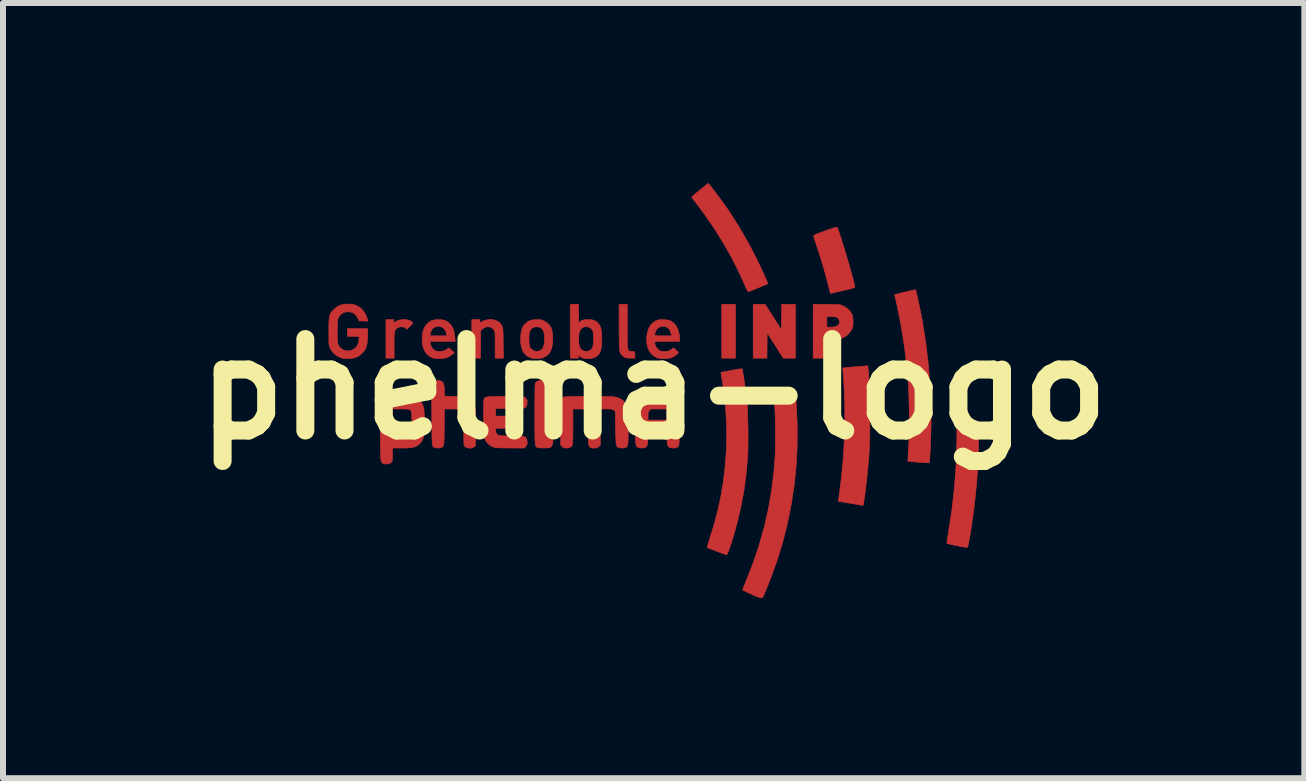
<source format=kicad_pcb>
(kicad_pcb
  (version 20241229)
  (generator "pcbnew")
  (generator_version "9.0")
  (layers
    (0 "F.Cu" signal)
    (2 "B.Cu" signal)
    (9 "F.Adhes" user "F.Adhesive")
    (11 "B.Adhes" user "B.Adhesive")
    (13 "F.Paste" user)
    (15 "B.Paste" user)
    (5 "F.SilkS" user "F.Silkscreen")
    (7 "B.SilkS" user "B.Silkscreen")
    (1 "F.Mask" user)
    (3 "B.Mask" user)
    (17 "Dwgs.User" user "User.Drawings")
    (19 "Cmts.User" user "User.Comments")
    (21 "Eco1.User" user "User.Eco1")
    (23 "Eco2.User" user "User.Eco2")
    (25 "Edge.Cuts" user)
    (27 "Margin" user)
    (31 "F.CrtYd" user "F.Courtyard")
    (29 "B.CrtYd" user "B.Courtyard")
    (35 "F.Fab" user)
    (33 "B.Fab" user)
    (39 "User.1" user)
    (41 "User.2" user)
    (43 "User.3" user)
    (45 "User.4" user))
  (footprint "phelma-logo"
    (layer "F.Cu")
    (at 7.845 3.436)
    (property "Reference" "phelma-logo" (at 0 0 0) (layer "F.SilkS") (effects (font (size 1.524 1.524) (thickness 0.3))))
    (attr through_hole)
    (fp_poly (pts (xy 1.363 -0.516) (xy 1.135 -0.516) (xy 1.135 -1.414) (xy 1.363 -1.414) (xy 1.363 -0.516)) (stroke (width 0.01) (type solid)) (fill yes) (layer "F.Cu"))
    (fp_poly (pts (xy 2.129 -0.989) (xy 2.134 -1.414) (xy 2.362 -1.414) (xy 2.362 -0.516) (xy 2.161 -0.516) (xy 2.027 -0.728) (xy 1.892 -0.94) (xy 1.89 -0.728) (xy 1.888 -0.516) (xy 1.659 -0.516) (xy 1.659 -1.414) (xy 1.858 -1.414) (xy 2.129 -0.989)) (stroke (width 0.01) (type solid)) (fill yes) (layer "F.Cu"))
    (fp_poly (pts (xy -4.335 -1.129) (xy -4.334 -1.109) (xy -4.331 -1.104) (xy -4.322 -1.11) (xy -4.32 -1.112) (xy -4.285 -1.135) (xy -4.24 -1.15) (xy -4.191 -1.159) (xy -4.141 -1.159) (xy -4.093 -1.152) (xy -4.053 -1.138) (xy -4.023 -1.116) (xy -4.022 -1.114) (xy -4.018 -1.106) (xy -4.019 -1.097) (xy -4.028 -1.083) (xy -4.047 -1.063) (xy -4.061 -1.049) (xy -4.112 -0.998) (xy -4.135 -1.017) (xy -4.17 -1.035) (xy -4.209 -1.04) (xy -4.247 -1.033) (xy -4.266 -1.023) (xy -4.284 -1.01) (xy -4.297 -0.998) (xy -4.308 -0.982) (xy -4.315 -0.963) (xy -4.32 -0.937) (xy -4.324 -0.902) (xy -4.326 -0.857) (xy -4.326 -0.798) (xy -4.326 -0.73) (xy -4.326 -0.516) (xy -4.462 -0.516) (xy -4.462 -1.16) (xy -4.335 -1.16) (xy -4.335 -1.129)) (stroke (width 0.01) (type solid)) (fill yes) (layer "F.Cu"))
    (fp_poly (pts (xy -0.44 -1.054) (xy -0.44 -0.96) (xy -0.44 -0.881) (xy -0.439 -0.817) (xy -0.438 -0.765) (xy -0.436 -0.724) (xy -0.433 -0.693) (xy -0.429 -0.67) (xy -0.424 -0.655) (xy -0.417 -0.644) (xy -0.409 -0.638) (xy -0.399 -0.634) (xy -0.389 -0.632) (xy -0.361 -0.628) (xy -0.338 -0.627) (xy -0.325 -0.626) (xy -0.317 -0.621) (xy -0.314 -0.609) (xy -0.313 -0.585) (xy -0.313 -0.571) (xy -0.313 -0.516) (xy -0.383 -0.517) (xy -0.419 -0.518) (xy -0.45 -0.521) (xy -0.471 -0.525) (xy -0.474 -0.526) (xy -0.494 -0.537) (xy -0.516 -0.555) (xy -0.523 -0.561) (xy -0.535 -0.573) (xy -0.545 -0.586) (xy -0.553 -0.6) (xy -0.56 -0.617) (xy -0.565 -0.64) (xy -0.569 -0.669) (xy -0.572 -0.706) (xy -0.574 -0.752) (xy -0.575 -0.81) (xy -0.575 -0.88) (xy -0.576 -0.964) (xy -0.576 -1.043) (xy -0.576 -1.414) (xy -0.44 -1.414) (xy -0.44 -1.054)) (stroke (width 0.01) (type solid)) (fill yes) (layer "F.Cu"))
    (fp_poly (pts (xy -2.896 -1.129) (xy -2.895 -1.109) (xy -2.891 -1.104) (xy -2.883 -1.11) (xy -2.881 -1.112) (xy -2.843 -1.136) (xy -2.796 -1.152) (xy -2.742 -1.16) (xy -2.689 -1.159) (xy -2.639 -1.148) (xy -2.625 -1.142) (xy -2.581 -1.118) (xy -2.55 -1.087) (xy -2.529 -1.054) (xy -2.523 -1.044) (xy -2.519 -1.032) (xy -2.516 -1.018) (xy -2.514 -1) (xy -2.512 -0.974) (xy -2.51 -0.939) (xy -2.509 -0.894) (xy -2.509 -0.835) (xy -2.508 -0.768) (xy -2.505 -0.516) (xy -2.642 -0.516) (xy -2.642 -0.733) (xy -2.642 -0.8) (xy -2.642 -0.852) (xy -2.643 -0.891) (xy -2.644 -0.92) (xy -2.646 -0.941) (xy -2.649 -0.957) (xy -2.653 -0.969) (xy -2.658 -0.979) (xy -2.66 -0.983) (xy -2.687 -1.015) (xy -2.721 -1.034) (xy -2.761 -1.041) (xy -2.802 -1.034) (xy -2.84 -1.014) (xy -2.862 -0.995) (xy -2.883 -0.972) (xy -2.885 -0.744) (xy -2.888 -0.516) (xy -3.031 -0.516) (xy -3.031 -1.16) (xy -2.896 -1.16) (xy -2.896 -1.129)) (stroke (width 0.01) (type solid)) (fill yes) (layer "F.Cu"))
    (fp_poly (pts (xy 5.414 0.635) (xy 5.416 0.689) (xy 5.417 0.757) (xy 5.416 0.837) (xy 5.415 0.926) (xy 5.412 1.023) (xy 5.408 1.125) (xy 5.403 1.23) (xy 5.398 1.334) (xy 5.392 1.437) (xy 5.385 1.535) (xy 5.38 1.592) (xy 5.363 1.769) (xy 5.342 1.955) (xy 5.317 2.144) (xy 5.29 2.33) (xy 5.264 2.485) (xy 5.254 2.539) (xy 5.246 2.579) (xy 5.24 2.607) (xy 5.234 2.624) (xy 5.229 2.634) (xy 5.223 2.638) (xy 5.22 2.639) (xy 5.206 2.637) (xy 5.179 2.633) (xy 5.142 2.626) (xy 5.096 2.618) (xy 5.048 2.608) (xy 4.999 2.598) (xy 4.956 2.588) (xy 4.921 2.58) (xy 4.898 2.574) (xy 4.888 2.571) (xy 4.888 2.561) (xy 4.89 2.538) (xy 4.895 2.503) (xy 4.902 2.46) (xy 4.909 2.415) (xy 4.969 2.03) (xy 5.013 1.64) (xy 5.042 1.249) (xy 5.054 0.859) (xy 5.054 0.765) (xy 5.055 0.544) (xy 5.15 0.539) (xy 5.2 0.537) (xy 5.254 0.535) (xy 5.305 0.534) (xy 5.327 0.533) (xy 5.408 0.533) (xy 5.414 0.635)) (stroke (width 0.01) (type solid)) (fill yes) (layer "F.Cu"))
    (fp_poly (pts (xy 2.885 -1.412) (xy 2.953 -1.412) (xy 3.006 -1.411) (xy 3.047 -1.41) (xy 3.078 -1.408) (xy 3.101 -1.406) (xy 3.118 -1.403) (xy 3.133 -1.399) (xy 3.146 -1.393) (xy 3.159 -1.387) (xy 3.22 -1.35) (xy 3.269 -1.303) (xy 3.3 -1.254) (xy 3.311 -1.23) (xy 3.318 -1.208) (xy 3.321 -1.183) (xy 3.323 -1.15) (xy 3.323 -1.122) (xy 3.323 -1.082) (xy 3.321 -1.054) (xy 3.317 -1.033) (xy 3.309 -1.012) (xy 3.296 -0.987) (xy 3.293 -0.982) (xy 3.254 -0.927) (xy 3.204 -0.883) (xy 3.146 -0.852) (xy 3.141 -0.85) (xy 3.112 -0.843) (xy 3.069 -0.837) (xy 3.015 -0.833) (xy 2.995 -0.832) (xy 2.887 -0.827) (xy 2.887 -0.516) (xy 2.659 -0.516) (xy 2.659 -1.033) (xy 2.887 -1.033) (xy 2.944 -1.033) (xy 2.979 -1.034) (xy 3.013 -1.038) (xy 3.033 -1.042) (xy 3.067 -1.059) (xy 3.089 -1.084) (xy 3.098 -1.116) (xy 3.093 -1.149) (xy 3.074 -1.179) (xy 3.062 -1.192) (xy 3.05 -1.2) (xy 3.035 -1.205) (xy 3.013 -1.207) (xy 2.978 -1.209) (xy 2.968 -1.209) (xy 2.887 -1.212) (xy 2.887 -1.033) (xy 2.659 -1.033) (xy 2.659 -1.415) (xy 2.885 -1.412)) (stroke (width 0.01) (type solid)) (fill yes) (layer "F.Cu"))
    (fp_poly (pts (xy 3.058 -2.697) (xy 3.058 -2.697) (xy 3.067 -2.678) (xy 3.08 -2.644) (xy 3.096 -2.598) (xy 3.115 -2.541) (xy 3.136 -2.476) (xy 3.158 -2.404) (xy 3.182 -2.327) (xy 3.206 -2.247) (xy 3.229 -2.167) (xy 3.253 -2.086) (xy 3.275 -2.009) (xy 3.295 -1.936) (xy 3.314 -1.87) (xy 3.329 -1.811) (xy 3.341 -1.763) (xy 3.349 -1.727) (xy 3.353 -1.705) (xy 3.353 -1.702) (xy 3.348 -1.695) (xy 3.332 -1.688) (xy 3.304 -1.679) (xy 3.262 -1.668) (xy 3.232 -1.661) (xy 3.18 -1.649) (xy 3.125 -1.636) (xy 3.074 -1.624) (xy 3.032 -1.614) (xy 3.029 -1.613) (xy 2.947 -1.594) (xy 2.939 -1.624) (xy 2.934 -1.645) (xy 2.925 -1.677) (xy 2.915 -1.716) (xy 2.905 -1.76) (xy 2.904 -1.761) (xy 2.867 -1.902) (xy 2.823 -2.054) (xy 2.776 -2.21) (xy 2.729 -2.354) (xy 2.711 -2.408) (xy 2.695 -2.457) (xy 2.681 -2.499) (xy 2.671 -2.531) (xy 2.665 -2.551) (xy 2.664 -2.556) (xy 2.671 -2.562) (xy 2.692 -2.573) (xy 2.723 -2.587) (xy 2.763 -2.603) (xy 2.808 -2.62) (xy 2.856 -2.638) (xy 2.905 -2.655) (xy 2.951 -2.67) (xy 2.992 -2.683) (xy 3.025 -2.693) (xy 3.048 -2.698) (xy 3.058 -2.697)) (stroke (width 0.01) (type solid)) (fill yes) (layer "F.Cu"))
    (fp_poly (pts (xy 4.37 -1.647) (xy 4.376 -1.623) (xy 4.384 -1.587) (xy 4.395 -1.541) (xy 4.406 -1.488) (xy 4.419 -1.43) (xy 4.431 -1.37) (xy 4.444 -1.309) (xy 4.456 -1.25) (xy 4.466 -1.195) (xy 4.475 -1.153) (xy 4.53 -0.808) (xy 4.573 -0.458) (xy 4.603 -0.105) (xy 4.62 0.249) (xy 4.624 0.601) (xy 4.614 0.947) (xy 4.601 1.154) (xy 4.595 1.228) (xy 4.543 1.227) (xy 4.516 1.225) (xy 4.476 1.223) (xy 4.429 1.22) (xy 4.379 1.216) (xy 4.366 1.214) (xy 4.322 1.21) (xy 4.284 1.207) (xy 4.256 1.204) (xy 4.24 1.201) (xy 4.237 1.201) (xy 4.237 1.192) (xy 4.238 1.169) (xy 4.24 1.137) (xy 4.242 1.103) (xy 4.249 0.995) (xy 4.255 0.874) (xy 4.259 0.743) (xy 4.261 0.605) (xy 4.261 0.463) (xy 4.26 0.321) (xy 4.256 0.183) (xy 4.252 0.05) (xy 4.245 -0.073) (xy 4.242 -0.119) (xy 4.219 -0.376) (xy 4.189 -0.637) (xy 4.151 -0.897) (xy 4.107 -1.151) (xy 4.057 -1.396) (xy 4.036 -1.488) (xy 4.015 -1.575) (xy 4.046 -1.583) (xy 4.082 -1.592) (xy 4.124 -1.603) (xy 4.171 -1.614) (xy 4.218 -1.625) (xy 4.263 -1.635) (xy 4.304 -1.644) (xy 4.336 -1.651) (xy 4.358 -1.655) (xy 4.366 -1.656) (xy 4.37 -1.647)) (stroke (width 0.01) (type solid)) (fill yes) (layer "F.Cu"))
    (fp_poly (pts (xy 0.934 -3.402) (xy 0.954 -3.378) (xy 0.982 -3.342) (xy 1.016 -3.297) (xy 1.054 -3.246) (xy 1.094 -3.192) (xy 1.134 -3.138) (xy 1.173 -3.085) (xy 1.208 -3.036) (xy 1.237 -2.995) (xy 1.247 -2.98) (xy 1.416 -2.717) (xy 1.575 -2.442) (xy 1.705 -2.193) (xy 1.732 -2.139) (xy 1.759 -2.082) (xy 1.786 -2.024) (xy 1.813 -1.967) (xy 1.838 -1.912) (xy 1.86 -1.863) (xy 1.878 -1.821) (xy 1.892 -1.787) (xy 1.901 -1.765) (xy 1.903 -1.756) (xy 1.903 -1.756) (xy 1.895 -1.753) (xy 1.874 -1.744) (xy 1.843 -1.731) (xy 1.806 -1.715) (xy 1.764 -1.698) (xy 1.72 -1.68) (xy 1.679 -1.663) (xy 1.641 -1.647) (xy 1.611 -1.635) (xy 1.591 -1.627) (xy 1.587 -1.626) (xy 1.58 -1.624) (xy 1.573 -1.628) (xy 1.565 -1.638) (xy 1.554 -1.658) (xy 1.54 -1.688) (xy 1.521 -1.733) (xy 1.52 -1.734) (xy 1.413 -1.968) (xy 1.293 -2.204) (xy 1.16 -2.438) (xy 1.017 -2.668) (xy 0.866 -2.889) (xy 0.71 -3.099) (xy 0.701 -3.111) (xy 0.676 -3.143) (xy 0.655 -3.171) (xy 0.641 -3.191) (xy 0.635 -3.201) (xy 0.635 -3.201) (xy 0.641 -3.209) (xy 0.659 -3.225) (xy 0.686 -3.248) (xy 0.72 -3.277) (xy 0.76 -3.31) (xy 0.772 -3.32) (xy 0.91 -3.431) (xy 0.934 -3.402)) (stroke (width 0.01) (type solid)) (fill yes) (layer "F.Cu"))
    (fp_poly (pts (xy 3.568 -0.388) (xy 3.57 -0.378) (xy 3.573 -0.354) (xy 3.577 -0.316) (xy 3.581 -0.269) (xy 3.585 -0.213) (xy 3.589 -0.152) (xy 3.593 -0.086) (xy 3.597 -0.02) (xy 3.599 0.021) (xy 3.602 0.089) (xy 3.604 0.17) (xy 3.605 0.262) (xy 3.605 0.362) (xy 3.605 0.467) (xy 3.604 0.576) (xy 3.603 0.684) (xy 3.601 0.789) (xy 3.598 0.889) (xy 3.595 0.981) (xy 3.591 1.062) (xy 3.587 1.129) (xy 3.586 1.139) (xy 3.58 1.209) (xy 3.573 1.284) (xy 3.566 1.363) (xy 3.557 1.443) (xy 3.548 1.523) (xy 3.54 1.6) (xy 3.531 1.674) (xy 3.522 1.742) (xy 3.514 1.803) (xy 3.506 1.854) (xy 3.5 1.895) (xy 3.494 1.923) (xy 3.49 1.937) (xy 3.489 1.938) (xy 3.48 1.936) (xy 3.456 1.932) (xy 3.42 1.926) (xy 3.375 1.919) (xy 3.322 1.91) (xy 3.28 1.903) (xy 3.077 1.869) (xy 3.092 1.766) (xy 3.13 1.472) (xy 3.158 1.173) (xy 3.177 0.871) (xy 3.186 0.57) (xy 3.186 0.274) (xy 3.175 -0.014) (xy 3.163 -0.203) (xy 3.159 -0.251) (xy 3.156 -0.293) (xy 3.153 -0.325) (xy 3.152 -0.346) (xy 3.152 -0.352) (xy 3.161 -0.354) (xy 3.184 -0.356) (xy 3.218 -0.36) (xy 3.261 -0.364) (xy 3.309 -0.368) (xy 3.36 -0.372) (xy 3.411 -0.377) (xy 3.459 -0.381) (xy 3.502 -0.384) (xy 3.536 -0.387) (xy 3.559 -0.388) (xy 3.568 -0.388) (xy 3.568 -0.388)) (stroke (width 0.01) (type solid)) (fill yes) (layer "F.Cu"))
    (fp_poly (pts (xy -1.859 -0.142) (xy -1.826 -0.132) (xy -1.799 -0.114) (xy -1.788 -0.098) (xy -1.786 -0.087) (xy -1.784 -0.066) (xy -1.782 -0.035) (xy -1.78 0.009) (xy -1.779 0.065) (xy -1.779 0.135) (xy -1.778 0.22) (xy -1.778 0.321) (xy -1.778 0.352) (xy -1.778 0.448) (xy -1.778 0.528) (xy -1.778 0.594) (xy -1.777 0.648) (xy -1.777 0.69) (xy -1.776 0.722) (xy -1.775 0.745) (xy -1.773 0.761) (xy -1.771 0.771) (xy -1.769 0.776) (xy -1.765 0.778) (xy -1.762 0.779) (xy -1.761 0.779) (xy -1.741 0.783) (xy -1.719 0.792) (xy -1.696 0.812) (xy -1.682 0.843) (xy -1.678 0.879) (xy -1.684 0.915) (xy -1.701 0.948) (xy -1.706 0.955) (xy -1.715 0.965) (xy -1.725 0.971) (xy -1.739 0.976) (xy -1.761 0.978) (xy -1.794 0.98) (xy -1.822 0.98) (xy -1.874 0.981) (xy -1.911 0.978) (xy -1.934 0.974) (xy -1.939 0.972) (xy -1.947 0.967) (xy -1.955 0.962) (xy -1.961 0.955) (xy -1.966 0.945) (xy -1.97 0.931) (xy -1.973 0.911) (xy -1.976 0.884) (xy -1.978 0.849) (xy -1.979 0.804) (xy -1.98 0.749) (xy -1.981 0.682) (xy -1.981 0.601) (xy -1.981 0.505) (xy -1.981 0.422) (xy -1.981 0.319) (xy -1.981 0.225) (xy -1.98 0.141) (xy -1.979 0.068) (xy -1.978 0.007) (xy -1.977 -0.042) (xy -1.975 -0.075) (xy -1.974 -0.094) (xy -1.973 -0.096) (xy -1.956 -0.12) (xy -1.928 -0.136) (xy -1.894 -0.143) (xy -1.859 -0.142)) (stroke (width 0.01) (type solid)) (fill yes) (layer "F.Cu"))
    (fp_poly (pts (xy -3.534 -1.157) (xy -3.49 -1.148) (xy -3.452 -1.132) (xy -3.424 -1.113) (xy -3.384 -1.076) (xy -3.354 -1.032) (xy -3.332 -0.977) (xy -3.319 -0.911) (xy -3.314 -0.868) (xy -3.308 -0.796) (xy -3.725 -0.796) (xy -3.725 -0.773) (xy -3.717 -0.733) (xy -3.697 -0.693) (xy -3.668 -0.659) (xy -3.633 -0.637) (xy -3.63 -0.636) (xy -3.592 -0.628) (xy -3.549 -0.628) (xy -3.506 -0.636) (xy -3.468 -0.65) (xy -3.441 -0.669) (xy -3.439 -0.672) (xy -3.428 -0.682) (xy -3.416 -0.684) (xy -3.4 -0.676) (xy -3.377 -0.657) (xy -3.366 -0.646) (xy -3.323 -0.608) (xy -3.353 -0.583) (xy -3.394 -0.552) (xy -3.433 -0.531) (xy -3.476 -0.518) (xy -3.528 -0.512) (xy -3.556 -0.511) (xy -3.606 -0.51) (xy -3.645 -0.513) (xy -3.675 -0.519) (xy -3.685 -0.522) (xy -3.741 -0.55) (xy -3.786 -0.59) (xy -3.821 -0.643) (xy -3.845 -0.708) (xy -3.858 -0.783) (xy -3.859 -0.866) (xy -3.856 -0.889) (xy -3.725 -0.889) (xy -3.446 -0.889) (xy -3.451 -0.912) (xy -3.462 -0.953) (xy -3.474 -0.982) (xy -3.49 -1.005) (xy -3.501 -1.015) (xy -3.541 -1.039) (xy -3.585 -1.048) (xy -3.629 -1.042) (xy -3.669 -1.022) (xy -3.692 -0.999) (xy -3.711 -0.965) (xy -3.723 -0.93) (xy -3.725 -0.912) (xy -3.725 -0.889) (xy -3.856 -0.889) (xy -3.849 -0.942) (xy -3.83 -1.005) (xy -3.801 -1.059) (xy -3.781 -1.082) (xy -3.74 -1.119) (xy -3.696 -1.144) (xy -3.644 -1.156) (xy -3.59 -1.159) (xy -3.534 -1.157)) (stroke (width 0.01) (type solid)) (fill yes) (layer "F.Cu"))
    (fp_poly (pts (xy -1.251 -1.261) (xy -1.249 -1.109) (xy -1.216 -1.132) (xy -1.197 -1.144) (xy -1.178 -1.152) (xy -1.153 -1.156) (xy -1.117 -1.158) (xy -1.111 -1.159) (xy -1.055 -1.159) (xy -1.011 -1.152) (xy -0.976 -1.139) (xy -0.945 -1.117) (xy -0.943 -1.116) (xy -0.915 -1.087) (xy -0.894 -1.052) (xy -0.879 -1.011) (xy -0.87 -0.96) (xy -0.865 -0.898) (xy -0.865 -0.821) (xy -0.865 -0.808) (xy -0.869 -0.734) (xy -0.877 -0.675) (xy -0.889 -0.628) (xy -0.908 -0.591) (xy -0.932 -0.562) (xy -0.964 -0.539) (xy -0.991 -0.526) (xy -1.027 -0.515) (xy -1.072 -0.509) (xy -1.12 -0.509) (xy -1.162 -0.514) (xy -1.185 -0.521) (xy -1.211 -0.535) (xy -1.233 -0.551) (xy -1.234 -0.552) (xy -1.253 -0.57) (xy -1.253 -0.516) (xy -1.389 -0.516) (xy -1.389 -0.832) (xy -1.252 -0.832) (xy -1.249 -0.779) (xy -1.241 -0.731) (xy -1.229 -0.692) (xy -1.217 -0.673) (xy -1.185 -0.645) (xy -1.146 -0.63) (xy -1.104 -0.63) (xy -1.067 -0.642) (xy -1.044 -0.658) (xy -1.027 -0.678) (xy -1.015 -0.704) (xy -1.008 -0.741) (xy -1.004 -0.789) (xy -1.003 -0.838) (xy -1.004 -0.887) (xy -1.005 -0.923) (xy -1.008 -0.948) (xy -1.012 -0.967) (xy -1.019 -0.98) (xy -1.045 -1.013) (xy -1.078 -1.033) (xy -1.116 -1.041) (xy -1.155 -1.038) (xy -1.19 -1.022) (xy -1.218 -0.995) (xy -1.23 -0.975) (xy -1.243 -0.934) (xy -1.25 -0.885) (xy -1.252 -0.832) (xy -1.389 -0.832) (xy -1.389 -1.414) (xy -1.253 -1.414) (xy -1.251 -1.261)) (stroke (width 0.01) (type solid)) (fill yes) (layer "F.Cu"))
    (fp_poly (pts (xy -1.906 -1.159) (xy -1.878 -1.156) (xy -1.854 -1.149) (xy -1.827 -1.136) (xy -1.819 -1.132) (xy -1.773 -1.103) (xy -1.737 -1.067) (xy -1.71 -1.023) (xy -1.693 -0.968) (xy -1.684 -0.901) (xy -1.682 -0.838) (xy -1.686 -0.755) (xy -1.698 -0.686) (xy -1.72 -0.63) (xy -1.752 -0.584) (xy -1.795 -0.549) (xy -1.844 -0.525) (xy -1.881 -0.515) (xy -1.927 -0.51) (xy -1.974 -0.508) (xy -2.015 -0.512) (xy -2.032 -0.516) (xy -2.091 -0.541) (xy -2.138 -0.577) (xy -2.175 -0.625) (xy -2.199 -0.685) (xy -2.214 -0.758) (xy -2.217 -0.834) (xy -2.079 -0.834) (xy -2.077 -0.776) (xy -2.072 -0.733) (xy -2.063 -0.7) (xy -2.047 -0.676) (xy -2.025 -0.657) (xy -2.007 -0.646) (xy -1.971 -0.631) (xy -1.94 -0.628) (xy -1.907 -0.636) (xy -1.903 -0.638) (xy -1.872 -0.656) (xy -1.849 -0.681) (xy -1.833 -0.714) (xy -1.824 -0.759) (xy -1.82 -0.817) (xy -1.819 -0.843) (xy -1.822 -0.905) (xy -1.831 -0.952) (xy -1.846 -0.988) (xy -1.869 -1.014) (xy -1.888 -1.027) (xy -1.923 -1.038) (xy -1.964 -1.038) (xy -2.002 -1.03) (xy -2.022 -1.019) (xy -2.045 -0.998) (xy -2.061 -0.973) (xy -2.071 -0.941) (xy -2.077 -0.897) (xy -2.079 -0.84) (xy -2.079 -0.834) (xy -2.217 -0.834) (xy -2.217 -0.843) (xy -2.216 -0.87) (xy -2.211 -0.932) (xy -2.202 -0.981) (xy -2.187 -1.022) (xy -2.167 -1.057) (xy -2.145 -1.083) (xy -2.107 -1.118) (xy -2.063 -1.142) (xy -2.012 -1.155) (xy -1.948 -1.16) (xy -1.944 -1.16) (xy -1.906 -1.159)) (stroke (width 0.01) (type solid)) (fill yes) (layer "F.Cu"))
    (fp_poly (pts (xy 2.359 0.078) (xy 2.362 0.089) (xy 2.365 0.115) (xy 2.369 0.153) (xy 2.373 0.202) (xy 2.377 0.259) (xy 2.38 0.322) (xy 2.384 0.389) (xy 2.387 0.459) (xy 2.39 0.528) (xy 2.392 0.595) (xy 2.393 0.622) (xy 2.392 0.947) (xy 2.375 1.273) (xy 2.343 1.597) (xy 2.294 1.918) (xy 2.23 2.236) (xy 2.151 2.55) (xy 2.057 2.857) (xy 1.948 3.157) (xy 1.927 3.212) (xy 1.898 3.284) (xy 1.874 3.341) (xy 1.856 3.386) (xy 1.841 3.421) (xy 1.83 3.445) (xy 1.821 3.462) (xy 1.814 3.472) (xy 1.808 3.477) (xy 1.802 3.479) (xy 1.795 3.48) (xy 1.791 3.48) (xy 1.775 3.476) (xy 1.747 3.467) (xy 1.71 3.452) (xy 1.666 3.434) (xy 1.627 3.417) (xy 1.582 3.396) (xy 1.543 3.378) (xy 1.512 3.363) (xy 1.491 3.353) (xy 1.484 3.349) (xy 1.486 3.34) (xy 1.493 3.319) (xy 1.505 3.286) (xy 1.522 3.244) (xy 1.541 3.197) (xy 1.547 3.182) (xy 1.663 2.885) (xy 1.762 2.589) (xy 1.845 2.292) (xy 1.913 1.992) (xy 1.966 1.687) (xy 2.004 1.376) (xy 2.024 1.12) (xy 2.027 1.059) (xy 2.029 0.985) (xy 2.03 0.9) (xy 2.03 0.809) (xy 2.03 0.714) (xy 2.029 0.618) (xy 2.027 0.524) (xy 2.025 0.435) (xy 2.022 0.355) (xy 2.018 0.286) (xy 2.014 0.239) (xy 2.011 0.196) (xy 2.009 0.159) (xy 2.008 0.131) (xy 2.008 0.116) (xy 2.009 0.114) (xy 2.018 0.111) (xy 2.042 0.108) (xy 2.075 0.103) (xy 2.117 0.099) (xy 2.163 0.094) (xy 2.21 0.089) (xy 2.255 0.085) (xy 2.296 0.081) (xy 2.329 0.079) (xy 2.351 0.078) (xy 2.359 0.078)) (stroke (width 0.01) (type solid)) (fill yes) (layer "F.Cu"))
    (fp_poly (pts (xy 1.474 -0.337) (xy 1.478 -0.324) (xy 1.484 -0.296) (xy 1.491 -0.256) (xy 1.499 -0.206) (xy 1.508 -0.148) (xy 1.517 -0.085) (xy 1.526 -0.019) (xy 1.535 0.048) (xy 1.543 0.113) (xy 1.55 0.175) (xy 1.554 0.212) (xy 1.559 0.267) (xy 1.563 0.337) (xy 1.566 0.418) (xy 1.569 0.507) (xy 1.571 0.601) (xy 1.573 0.697) (xy 1.573 0.793) (xy 1.573 0.885) (xy 1.572 0.97) (xy 1.571 1.046) (xy 1.568 1.11) (xy 1.567 1.124) (xy 1.543 1.4) (xy 1.508 1.667) (xy 1.461 1.928) (xy 1.401 2.188) (xy 1.342 2.406) (xy 1.319 2.483) (xy 1.297 2.554) (xy 1.276 2.617) (xy 1.257 2.67) (xy 1.241 2.712) (xy 1.229 2.742) (xy 1.219 2.758) (xy 1.216 2.76) (xy 1.206 2.757) (xy 1.182 2.749) (xy 1.147 2.737) (xy 1.105 2.722) (xy 1.057 2.704) (xy 1.053 2.703) (xy 1.005 2.685) (xy 0.962 2.668) (xy 0.928 2.655) (xy 0.904 2.645) (xy 0.893 2.64) (xy 0.893 2.64) (xy 0.894 2.631) (xy 0.899 2.608) (xy 0.909 2.574) (xy 0.922 2.532) (xy 0.937 2.484) (xy 0.938 2.479) (xy 1.011 2.244) (xy 1.071 2.015) (xy 1.12 1.788) (xy 1.159 1.56) (xy 1.188 1.325) (xy 1.207 1.081) (xy 1.211 1.012) (xy 1.217 0.83) (xy 1.216 0.637) (xy 1.207 0.439) (xy 1.192 0.241) (xy 1.171 0.048) (xy 1.144 -0.137) (xy 1.136 -0.186) (xy 1.129 -0.223) (xy 1.125 -0.253) (xy 1.122 -0.272) (xy 1.122 -0.278) (xy 1.13 -0.28) (xy 1.153 -0.285) (xy 1.187 -0.292) (xy 1.231 -0.3) (xy 1.281 -0.31) (xy 1.296 -0.313) (xy 1.363 -0.325) (xy 1.414 -0.334) (xy 1.449 -0.338) (xy 1.469 -0.339) (xy 1.474 -0.337)) (stroke (width 0.01) (type solid)) (fill yes) (layer "F.Cu"))
    (fp_poly (pts (xy 0.199 -1.156) (xy 0.243 -1.15) (xy 0.277 -1.14) (xy 0.284 -1.137) (xy 0.335 -1.101) (xy 0.375 -1.053) (xy 0.405 -0.992) (xy 0.424 -0.92) (xy 0.43 -0.87) (xy 0.434 -0.796) (xy 0.226 -0.796) (xy 0.159 -0.796) (xy 0.108 -0.796) (xy 0.07 -0.795) (xy 0.044 -0.793) (xy 0.027 -0.788) (xy 0.019 -0.782) (xy 0.017 -0.772) (xy 0.019 -0.759) (xy 0.024 -0.742) (xy 0.026 -0.734) (xy 0.043 -0.697) (xy 0.07 -0.664) (xy 0.102 -0.641) (xy 0.116 -0.635) (xy 0.141 -0.63) (xy 0.174 -0.627) (xy 0.198 -0.628) (xy 0.234 -0.632) (xy 0.263 -0.643) (xy 0.29 -0.659) (xy 0.331 -0.687) (xy 0.373 -0.651) (xy 0.394 -0.632) (xy 0.409 -0.616) (xy 0.412 -0.606) (xy 0.402 -0.593) (xy 0.381 -0.575) (xy 0.353 -0.555) (xy 0.323 -0.538) (xy 0.294 -0.524) (xy 0.284 -0.521) (xy 0.254 -0.515) (xy 0.214 -0.511) (xy 0.171 -0.509) (xy 0.128 -0.509) (xy 0.093 -0.512) (xy 0.076 -0.516) (xy 0.016 -0.542) (xy -0.033 -0.582) (xy -0.072 -0.633) (xy -0.099 -0.695) (xy -0.114 -0.768) (xy -0.117 -0.85) (xy -0.116 -0.873) (xy -0.11 -0.912) (xy 0.017 -0.912) (xy 0.019 -0.901) (xy 0.029 -0.894) (xy 0.048 -0.891) (xy 0.078 -0.889) (xy 0.122 -0.889) (xy 0.158 -0.889) (xy 0.298 -0.889) (xy 0.292 -0.92) (xy 0.277 -0.968) (xy 0.251 -1.006) (xy 0.237 -1.019) (xy 0.199 -1.041) (xy 0.158 -1.048) (xy 0.117 -1.042) (xy 0.08 -1.024) (xy 0.049 -0.994) (xy 0.028 -0.954) (xy 0.027 -0.95) (xy 0.02 -0.928) (xy 0.017 -0.912) (xy -0.11 -0.912) (xy -0.104 -0.949) (xy -0.081 -1.016) (xy -0.048 -1.071) (xy -0.005 -1.114) (xy 0.046 -1.144) (xy 0.071 -1.152) (xy 0.107 -1.158) (xy 0.152 -1.159) (xy 0.199 -1.156)) (stroke (width 0.01) (type solid)) (fill yes) (layer "F.Cu"))
    (fp_poly (pts (xy 0.195 0.12) (xy 0.26 0.121) (xy 0.311 0.123) (xy 0.349 0.127) (xy 0.376 0.132) (xy 0.395 0.139) (xy 0.408 0.15) (xy 0.416 0.165) (xy 0.423 0.184) (xy 0.423 0.186) (xy 0.426 0.206) (xy 0.428 0.242) (xy 0.429 0.295) (xy 0.43 0.364) (xy 0.431 0.45) (xy 0.43 0.552) (xy 0.43 0.574) (xy 0.429 0.664) (xy 0.429 0.738) (xy 0.428 0.799) (xy 0.426 0.847) (xy 0.424 0.885) (xy 0.422 0.913) (xy 0.418 0.934) (xy 0.413 0.948) (xy 0.407 0.958) (xy 0.399 0.965) (xy 0.39 0.97) (xy 0.383 0.973) (xy 0.356 0.98) (xy 0.321 0.982) (xy 0.288 0.979) (xy 0.269 0.973) (xy 0.252 0.963) (xy 0.24 0.949) (xy 0.231 0.928) (xy 0.226 0.898) (xy 0.223 0.854) (xy 0.222 0.823) (xy 0.218 0.72) (xy -0.091 0.72) (xy -0.095 0.819) (xy -0.098 0.873) (xy -0.103 0.913) (xy -0.111 0.941) (xy -0.122 0.959) (xy -0.138 0.971) (xy -0.141 0.973) (xy -0.17 0.98) (xy -0.206 0.981) (xy -0.241 0.977) (xy -0.264 0.969) (xy -0.275 0.962) (xy -0.284 0.952) (xy -0.291 0.939) (xy -0.296 0.919) (xy -0.3 0.893) (xy -0.302 0.857) (xy -0.304 0.81) (xy -0.304 0.751) (xy -0.304 0.679) (xy -0.303 0.61) (xy -0.302 0.534) (xy -0.301 0.473) (xy -0.301 0.448) (xy -0.093 0.448) (xy -0.093 0.516) (xy 0.22 0.516) (xy 0.22 0.33) (xy -0.044 0.33) (xy -0.068 0.355) (xy -0.081 0.369) (xy -0.088 0.382) (xy -0.092 0.4) (xy -0.093 0.427) (xy -0.093 0.448) (xy -0.301 0.448) (xy -0.3 0.425) (xy -0.299 0.388) (xy -0.297 0.359) (xy -0.295 0.337) (xy -0.292 0.32) (xy -0.288 0.305) (xy -0.283 0.291) (xy -0.28 0.285) (xy -0.261 0.244) (xy -0.238 0.209) (xy -0.211 0.182) (xy -0.176 0.16) (xy -0.133 0.143) (xy -0.08 0.131) (xy -0.016 0.124) (xy 0.061 0.12) (xy 0.153 0.119) (xy 0.195 0.12)) (stroke (width 0.01) (type solid)) (fill yes) (layer "F.Cu"))
    (fp_poly (pts (xy -3.548 -0.136) (xy -3.533 -0.128) (xy -3.515 -0.112) (xy -3.502 -0.091) (xy -3.494 -0.06) (xy -3.49 -0.018) (xy -3.488 0.035) (xy -3.488 0.116) (xy -3.334 0.121) (xy -3.27 0.123) (xy -3.22 0.126) (xy -3.182 0.13) (xy -3.153 0.135) (xy -3.134 0.14) (xy -3.082 0.166) (xy -3.036 0.204) (xy -3 0.251) (xy -2.987 0.278) (xy -2.982 0.291) (xy -2.978 0.303) (xy -2.975 0.317) (xy -2.972 0.335) (xy -2.97 0.357) (xy -2.969 0.387) (xy -2.968 0.426) (xy -2.968 0.475) (xy -2.968 0.538) (xy -2.968 0.615) (xy -2.968 0.634) (xy -2.968 0.941) (xy -2.991 0.962) (xy -3.021 0.977) (xy -3.058 0.984) (xy -3.096 0.981) (xy -3.129 0.968) (xy -3.139 0.962) (xy -3.162 0.941) (xy -3.167 0.663) (xy -3.168 0.583) (xy -3.169 0.519) (xy -3.171 0.468) (xy -3.173 0.428) (xy -3.176 0.399) (xy -3.18 0.378) (xy -3.186 0.363) (xy -3.193 0.353) (xy -3.202 0.346) (xy -3.213 0.34) (xy -3.215 0.339) (xy -3.231 0.336) (xy -3.26 0.333) (xy -3.3 0.331) (xy -3.347 0.33) (xy -3.361 0.33) (xy -3.487 0.33) (xy -3.49 0.629) (xy -3.491 0.711) (xy -3.492 0.779) (xy -3.493 0.832) (xy -3.495 0.874) (xy -3.497 0.906) (xy -3.501 0.929) (xy -3.506 0.945) (xy -3.512 0.956) (xy -3.52 0.964) (xy -3.53 0.97) (xy -3.537 0.973) (xy -3.562 0.979) (xy -3.595 0.981) (xy -3.627 0.979) (xy -3.652 0.973) (xy -3.654 0.973) (xy -3.663 0.968) (xy -3.67 0.964) (xy -3.676 0.957) (xy -3.681 0.948) (xy -3.686 0.934) (xy -3.689 0.914) (xy -3.691 0.888) (xy -3.693 0.853) (xy -3.695 0.808) (xy -3.696 0.753) (xy -3.697 0.685) (xy -3.697 0.604) (xy -3.698 0.508) (xy -3.698 0.453) (xy -3.699 0.364) (xy -3.699 0.279) (xy -3.699 0.2) (xy -3.699 0.128) (xy -3.698 0.066) (xy -3.698 0.014) (xy -3.697 -0.025) (xy -3.696 -0.05) (xy -3.696 -0.057) (xy -3.684 -0.097) (xy -3.663 -0.123) (xy -3.63 -0.138) (xy -3.606 -0.141) (xy -3.573 -0.142) (xy -3.548 -0.136)) (stroke (width 0.01) (type solid)) (fill yes) (layer "F.Cu"))
    (fp_poly (pts (xy -5.052 -1.417) (xy -5.023 -1.415) (xy -4.999 -1.41) (xy -4.975 -1.402) (xy -4.952 -1.391) (xy -4.917 -1.372) (xy -4.883 -1.349) (xy -4.86 -1.329) (xy -4.832 -1.295) (xy -4.806 -1.251) (xy -4.784 -1.204) (xy -4.771 -1.162) (xy -4.765 -1.134) (xy -4.84 -1.136) (xy -4.914 -1.139) (xy -4.923 -1.168) (xy -4.933 -1.19) (xy -4.952 -1.217) (xy -4.97 -1.237) (xy -4.995 -1.261) (xy -5.019 -1.276) (xy -5.047 -1.284) (xy -5.055 -1.286) (xy -5.112 -1.29) (xy -5.163 -1.278) (xy -5.207 -1.252) (xy -5.243 -1.211) (xy -5.247 -1.204) (xy -5.255 -1.19) (xy -5.261 -1.178) (xy -5.265 -1.164) (xy -5.268 -1.145) (xy -5.27 -1.12) (xy -5.271 -1.086) (xy -5.272 -1.039) (xy -5.273 -0.985) (xy -5.274 -0.911) (xy -5.273 -0.852) (xy -5.271 -0.806) (xy -5.266 -0.77) (xy -5.258 -0.741) (xy -5.247 -0.719) (xy -5.233 -0.699) (xy -5.216 -0.683) (xy -5.17 -0.652) (xy -5.121 -0.637) (xy -5.068 -0.639) (xy -5.015 -0.657) (xy -5.012 -0.658) (xy -4.967 -0.689) (xy -4.935 -0.73) (xy -4.917 -0.781) (xy -4.911 -0.84) (xy -4.911 -0.881) (xy -5.105 -0.881) (xy -5.105 -1.008) (xy -4.767 -1.008) (xy -4.767 -0.907) (xy -4.769 -0.828) (xy -4.776 -0.763) (xy -4.789 -0.708) (xy -4.809 -0.663) (xy -4.836 -0.623) (xy -4.866 -0.592) (xy -4.912 -0.555) (xy -4.961 -0.531) (xy -5.016 -0.516) (xy -5.082 -0.51) (xy -5.084 -0.51) (xy -5.13 -0.51) (xy -5.163 -0.512) (xy -5.191 -0.517) (xy -5.213 -0.524) (xy -5.279 -0.555) (xy -5.332 -0.597) (xy -5.374 -0.65) (xy -5.395 -0.69) (xy -5.401 -0.704) (xy -5.405 -0.717) (xy -5.409 -0.732) (xy -5.411 -0.752) (xy -5.413 -0.778) (xy -5.414 -0.813) (xy -5.414 -0.859) (xy -5.414 -0.919) (xy -5.414 -0.957) (xy -5.414 -1.034) (xy -5.413 -1.097) (xy -5.411 -1.148) (xy -5.407 -1.188) (xy -5.401 -1.22) (xy -5.392 -1.247) (xy -5.38 -1.269) (xy -5.364 -1.291) (xy -5.343 -1.313) (xy -5.331 -1.326) (xy -5.288 -1.364) (xy -5.245 -1.391) (xy -5.199 -1.407) (xy -5.144 -1.416) (xy -5.093 -1.418) (xy -5.052 -1.417)) (stroke (width 0.01) (type solid)) (fill yes) (layer "F.Cu"))
    (fp_poly (pts (xy -2.299 0.119) (xy -2.253 0.12) (xy -2.218 0.123) (xy -2.191 0.126) (xy -2.17 0.13) (xy -2.155 0.136) (xy -2.143 0.143) (xy -2.132 0.152) (xy -2.131 0.154) (xy -2.117 0.169) (xy -2.11 0.183) (xy -2.109 0.202) (xy -2.11 0.23) (xy -2.113 0.262) (xy -2.12 0.282) (xy -2.131 0.297) (xy -2.137 0.302) (xy -2.144 0.308) (xy -2.151 0.312) (xy -2.161 0.316) (xy -2.176 0.318) (xy -2.197 0.32) (xy -2.226 0.321) (xy -2.266 0.321) (xy -2.319 0.322) (xy -2.386 0.322) (xy -2.633 0.322) (xy -2.633 0.449) (xy -2.473 0.449) (xy -2.421 0.449) (xy -2.374 0.45) (xy -2.334 0.452) (xy -2.306 0.454) (xy -2.291 0.457) (xy -2.265 0.476) (xy -2.247 0.507) (xy -2.24 0.548) (xy -2.24 0.55) (xy -2.245 0.593) (xy -2.26 0.625) (xy -2.283 0.643) (xy -2.3 0.646) (xy -2.332 0.649) (xy -2.378 0.651) (xy -2.436 0.652) (xy -2.468 0.652) (xy -2.633 0.652) (xy -2.633 0.681) (xy -2.63 0.709) (xy -2.623 0.733) (xy -2.615 0.747) (xy -2.606 0.757) (xy -2.592 0.766) (xy -2.571 0.771) (xy -2.542 0.775) (xy -2.503 0.778) (xy -2.451 0.779) (xy -2.384 0.779) (xy -2.377 0.779) (xy -2.309 0.779) (xy -2.252 0.781) (xy -2.206 0.783) (xy -2.175 0.785) (xy -2.16 0.788) (xy -2.132 0.806) (xy -2.115 0.838) (xy -2.108 0.882) (xy -2.108 0.889) (xy -2.11 0.918) (xy -2.117 0.938) (xy -2.132 0.956) (xy -2.133 0.957) (xy -2.158 0.982) (xy -2.389 0.981) (xy -2.451 0.981) (xy -2.509 0.98) (xy -2.56 0.979) (xy -2.601 0.977) (xy -2.631 0.976) (xy -2.646 0.974) (xy -2.706 0.952) (xy -2.756 0.915) (xy -2.795 0.866) (xy -2.81 0.838) (xy -2.832 0.792) (xy -2.835 0.492) (xy -2.835 0.396) (xy -2.835 0.317) (xy -2.834 0.255) (xy -2.833 0.21) (xy -2.83 0.181) (xy -2.828 0.17) (xy -2.822 0.157) (xy -2.816 0.147) (xy -2.806 0.139) (xy -2.793 0.133) (xy -2.772 0.129) (xy -2.744 0.126) (xy -2.706 0.123) (xy -2.656 0.122) (xy -2.593 0.121) (xy -2.515 0.12) (xy -2.515 0.12) (xy -2.428 0.119) (xy -2.357 0.119) (xy -2.299 0.119)) (stroke (width 0.01) (type solid)) (fill yes) (layer "F.Cu"))
    (fp_poly (pts (xy -4.317 0.12) (xy -4.25 0.121) (xy -4.173 0.122) (xy -4.11 0.124) (xy -4.059 0.127) (xy -4.019 0.132) (xy -3.988 0.139) (xy -3.962 0.148) (xy -3.939 0.161) (xy -3.919 0.176) (xy -3.897 0.196) (xy -3.876 0.219) (xy -3.859 0.242) (xy -3.846 0.268) (xy -3.836 0.298) (xy -3.829 0.336) (xy -3.825 0.384) (xy -3.822 0.444) (xy -3.82 0.509) (xy -3.82 0.574) (xy -3.82 0.634) (xy -3.821 0.686) (xy -3.823 0.727) (xy -3.826 0.749) (xy -3.842 0.817) (xy -3.869 0.873) (xy -3.905 0.916) (xy -3.919 0.927) (xy -3.947 0.945) (xy -3.976 0.959) (xy -4.009 0.969) (xy -4.049 0.976) (xy -4.098 0.98) (xy -4.159 0.982) (xy -4.202 0.982) (xy -4.352 0.982) (xy -4.352 1.083) (xy -4.353 1.126) (xy -4.355 1.163) (xy -4.358 1.191) (xy -4.361 1.205) (xy -4.38 1.228) (xy -4.411 1.243) (xy -4.448 1.249) (xy -4.484 1.245) (xy -4.498 1.242) (xy -4.51 1.238) (xy -4.521 1.233) (xy -4.529 1.225) (xy -4.536 1.214) (xy -4.542 1.197) (xy -4.546 1.173) (xy -4.55 1.142) (xy -4.552 1.102) (xy -4.553 1.052) (xy -4.554 0.99) (xy -4.555 0.915) (xy -4.555 0.827) (xy -4.555 0.723) (xy -4.555 0.68) (xy -4.555 0.57) (xy -4.555 0.476) (xy -4.554 0.396) (xy -4.553 0.331) (xy -4.553 0.33) (xy -4.352 0.33) (xy -4.352 0.779) (xy -4.224 0.779) (xy -4.17 0.778) (xy -4.129 0.777) (xy -4.101 0.774) (xy -4.081 0.77) (xy -4.072 0.766) (xy -4.052 0.752) (xy -4.039 0.737) (xy -4.036 0.723) (xy -4.033 0.694) (xy -4.031 0.656) (xy -4.03 0.61) (xy -4.03 0.561) (xy -4.03 0.511) (xy -4.031 0.464) (xy -4.033 0.423) (xy -4.036 0.391) (xy -4.039 0.372) (xy -4.04 0.37) (xy -4.048 0.356) (xy -4.06 0.345) (xy -4.079 0.338) (xy -4.107 0.334) (xy -4.146 0.331) (xy -4.199 0.33) (xy -4.221 0.33) (xy -4.352 0.33) (xy -4.553 0.33) (xy -4.552 0.278) (xy -4.551 0.237) (xy -4.55 0.206) (xy -4.548 0.185) (xy -4.545 0.173) (xy -4.544 0.169) (xy -4.53 0.151) (xy -4.508 0.135) (xy -4.504 0.133) (xy -4.494 0.128) (xy -4.482 0.125) (xy -4.465 0.122) (xy -4.443 0.121) (xy -4.412 0.12) (xy -4.371 0.12) (xy -4.317 0.12)) (stroke (width 0.01) (type solid)) (fill yes) (layer "F.Cu"))
    (fp_poly (pts (xy -0.948 0.12) (xy -0.872 0.12) (xy -0.805 0.121) (xy -0.749 0.122) (xy -0.706 0.124) (xy -0.677 0.126) (xy -0.671 0.126) (xy -0.6 0.141) (xy -0.542 0.167) (xy -0.496 0.203) (xy -0.462 0.252) (xy -0.44 0.313) (xy -0.432 0.348) (xy -0.43 0.371) (xy -0.428 0.407) (xy -0.426 0.455) (xy -0.425 0.512) (xy -0.424 0.575) (xy -0.423 0.642) (xy -0.423 0.654) (xy -0.424 0.734) (xy -0.424 0.799) (xy -0.426 0.85) (xy -0.428 0.89) (xy -0.432 0.919) (xy -0.437 0.941) (xy -0.444 0.955) (xy -0.453 0.965) (xy -0.465 0.972) (xy -0.47 0.974) (xy -0.5 0.98) (xy -0.536 0.982) (xy -0.57 0.978) (xy -0.587 0.973) (xy -0.598 0.967) (xy -0.607 0.959) (xy -0.615 0.949) (xy -0.62 0.933) (xy -0.625 0.91) (xy -0.628 0.879) (xy -0.63 0.838) (xy -0.632 0.784) (xy -0.634 0.717) (xy -0.635 0.645) (xy -0.639 0.371) (xy -0.663 0.351) (xy -0.674 0.342) (xy -0.686 0.336) (xy -0.703 0.333) (xy -0.727 0.331) (xy -0.762 0.33) (xy -0.788 0.33) (xy -0.889 0.33) (xy -0.889 0.933) (xy -0.914 0.957) (xy -0.931 0.972) (xy -0.948 0.979) (xy -0.974 0.982) (xy -0.986 0.982) (xy -1.013 0.982) (xy -1.035 0.98) (xy -1.053 0.974) (xy -1.066 0.963) (xy -1.076 0.946) (xy -1.083 0.921) (xy -1.088 0.886) (xy -1.09 0.84) (xy -1.092 0.781) (xy -1.092 0.708) (xy -1.092 0.656) (xy -1.092 0.577) (xy -1.093 0.514) (xy -1.094 0.463) (xy -1.096 0.425) (xy -1.099 0.396) (xy -1.104 0.375) (xy -1.11 0.36) (xy -1.118 0.35) (xy -1.128 0.342) (xy -1.134 0.339) (xy -1.149 0.335) (xy -1.176 0.333) (xy -1.213 0.331) (xy -1.248 0.33) (xy -1.346 0.33) (xy -1.346 0.617) (xy -1.347 0.709) (xy -1.347 0.786) (xy -1.349 0.847) (xy -1.351 0.892) (xy -1.354 0.921) (xy -1.356 0.93) (xy -1.374 0.958) (xy -1.405 0.975) (xy -1.45 0.982) (xy -1.456 0.982) (xy -1.485 0.98) (xy -1.505 0.974) (xy -1.523 0.959) (xy -1.525 0.957) (xy -1.549 0.933) (xy -1.549 0.56) (xy -1.549 0.454) (xy -1.549 0.365) (xy -1.547 0.292) (xy -1.546 0.235) (xy -1.544 0.195) (xy -1.542 0.172) (xy -1.54 0.167) (xy -1.535 0.157) (xy -1.53 0.148) (xy -1.523 0.141) (xy -1.512 0.136) (xy -1.496 0.131) (xy -1.474 0.128) (xy -1.443 0.126) (xy -1.403 0.124) (xy -1.353 0.122) (xy -1.289 0.122) (xy -1.212 0.121) (xy -1.12 0.12) (xy -1.118 0.12) (xy -1.03 0.12) (xy -0.948 0.12)) (stroke (width 0.01) (type solid)) (fill yes) (layer "F.Cu")))
  (gr_rect
    (start -3 -3)
    (end 18.69 9.921)
    (stroke (width 0.1) (type default))
    (fill no)
    (layer "Edge.Cuts")))
</source>
